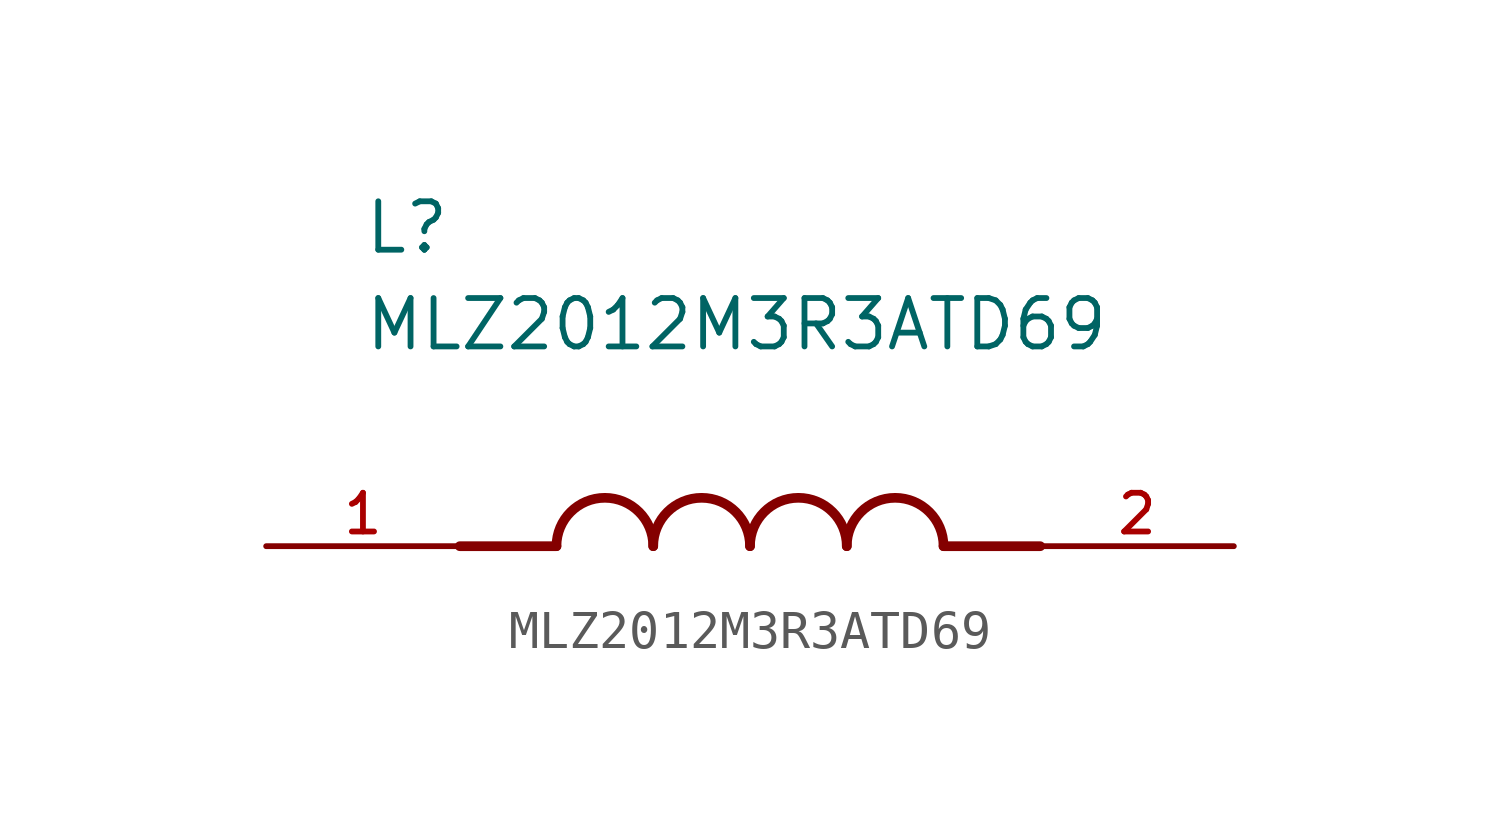
<source format=kicad_sym>
(kicad_symbol_lib
  (version 20211014)
  (generator kicad_symbol_editor)
  (symbol "MLZ2012M3R3ATD69"
    (pin_names
      (offset 1.016))
    (property "Reference" "L"
      (at -10.16 7.62 0)
      (effects (font (size 1.27 1.27)) (justify bottom left)))
    (property "Value" "MLZ2012M3R3ATD69"
      (at -10.16 5.08 0)
      (effects (font (size 1.27 1.27)) (justify bottom left)))
    (symbol "MLZ2012M3R3ATD69_0_0"
      (polyline (pts (xy -5.08 0.0) (xy -7.62 0.0)) (stroke (width 0.254)))
      (polyline (pts (xy 5.08 0.0) (xy 7.62 0.0)) (stroke (width 0.254)))
      (arc (start -2.54 0.0) (mid -3.81 1.27) (end -5.08 0.0) (stroke (width 0.254) (type default) (color 0 0 0 0)) (fill (type none)))
      (arc (start 0.0 0.0) (mid -1.27 1.27) (end -2.54 0.0) (stroke (width 0.254) (type default) (color 0 0 0 0)) (fill (type none)))
      (arc (start 2.54 0.0) (mid 1.27 1.27) (end 0.0 0.0) (stroke (width 0.254) (type default) (color 0 0 0 0)) (fill (type none)))
      (arc (start 5.08 0.0) (mid 3.81 1.27) (end 2.54 0.0) (stroke (width 0.254) (type default) (color 0 0 0 0)) (fill (type none)))
      (pin passive line (at -12.7 0.0 0) (length 5.08) (name "~" (effects (font (size 1.016 1.016)))) (number "1" (effects (font (size 1.016 1.016)))))
      (pin passive line (at 12.7 0.0 180.0) (length 5.08) (name "~" (effects (font (size 1.016 1.016)))) (number "2" (effects (font (size 1.016 1.016))))))))
</source>
